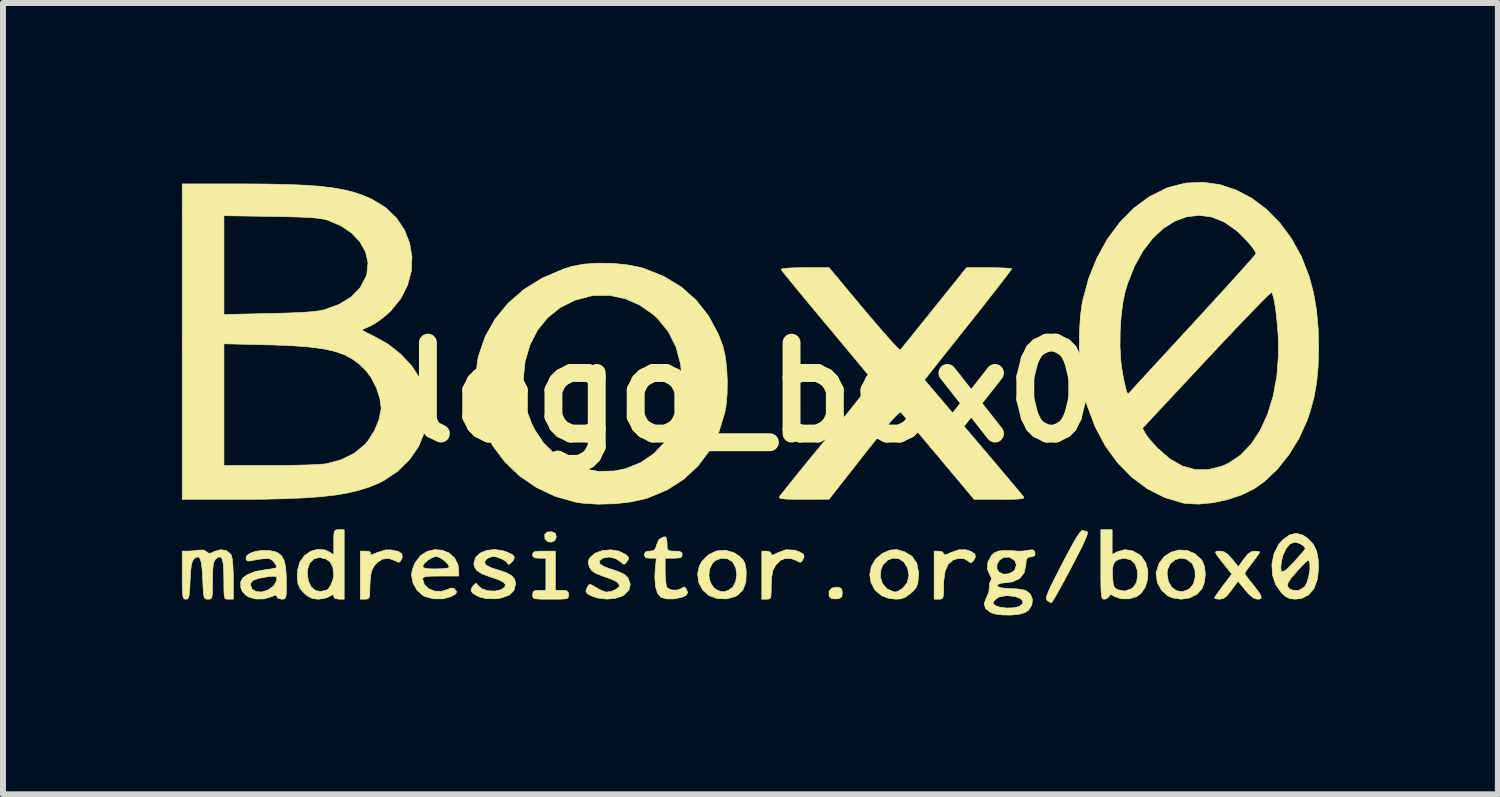
<source format=kicad_pcb>
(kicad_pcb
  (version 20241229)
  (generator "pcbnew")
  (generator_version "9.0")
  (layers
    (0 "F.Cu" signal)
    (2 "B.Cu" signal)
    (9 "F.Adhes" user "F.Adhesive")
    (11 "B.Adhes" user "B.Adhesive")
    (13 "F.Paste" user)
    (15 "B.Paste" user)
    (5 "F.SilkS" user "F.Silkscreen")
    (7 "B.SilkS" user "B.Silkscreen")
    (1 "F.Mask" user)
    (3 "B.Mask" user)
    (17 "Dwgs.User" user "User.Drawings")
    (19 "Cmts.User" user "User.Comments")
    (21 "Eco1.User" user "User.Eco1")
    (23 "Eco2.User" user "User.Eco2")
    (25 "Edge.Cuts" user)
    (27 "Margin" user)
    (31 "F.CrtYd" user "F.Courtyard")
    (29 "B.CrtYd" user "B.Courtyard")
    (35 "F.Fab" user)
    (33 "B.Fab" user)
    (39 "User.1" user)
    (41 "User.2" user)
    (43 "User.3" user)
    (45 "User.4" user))
  (footprint "logo_box0"
    (layer "F.Cu")
    (at 9.53 3.529)
    (property "Reference" "logo_box0" (at 0 0 0) (layer "F.SilkS") (effects (font (size 1.524 1.524) (thickness 0.3))))
    (attr through_hole)
    (fp_poly (pts (xy -3.27 2.361) (xy -3.254 2.42) (xy -3.278 2.481) (xy -3.334 2.509) (xy -3.396 2.503) (xy -3.442 2.457) (xy -3.445 2.449) (xy -3.448 2.377) (xy -3.4 2.338) (xy -3.329 2.336) (xy -3.27 2.361)) (stroke (width 0.01) (type solid)) (fill yes) (layer "F.SilkS"))
    (fp_poly (pts (xy 1.458 3.263) (xy 1.517 3.281) (xy 1.538 3.328) (xy 1.54 3.362) (xy 1.532 3.425) (xy 1.493 3.453) (xy 1.439 3.461) (xy 1.363 3.458) (xy 1.325 3.425) (xy 1.318 3.407) (xy 1.318 3.33) (xy 1.368 3.278) (xy 1.454 3.263) (xy 1.458 3.263)) (stroke (width 0.01) (type solid)) (fill yes) (layer "F.SilkS"))
    (fp_poly (pts (xy 0.742 2.644) (xy 0.826 2.675) (xy 0.888 2.711) (xy 0.901 2.748) (xy 0.884 2.793) (xy 0.853 2.843) (xy 0.818 2.844) (xy 0.782 2.823) (xy 0.684 2.785) (xy 0.578 2.785) (xy 0.503 2.816) (xy 0.426 2.891) (xy 0.378 2.981) (xy 0.354 3.102) (xy 0.349 3.234) (xy 0.348 3.35) (xy 0.343 3.42) (xy 0.328 3.454) (xy 0.301 3.465) (xy 0.27 3.466) (xy 0.191 3.466) (xy 0.191 2.66) (xy 0.27 2.66) (xy 0.334 2.675) (xy 0.349 2.704) (xy 0.359 2.728) (xy 0.396 2.719) (xy 0.452 2.689) (xy 0.597 2.636) (xy 0.742 2.644)) (stroke (width 0.01) (type solid)) (fill yes) (layer "F.SilkS"))
    (fp_poly (pts (xy 3.697 2.664) (xy 3.764 2.708) (xy 3.771 2.763) (xy 3.737 2.821) (xy 3.701 2.857) (xy 3.669 2.843) (xy 3.654 2.827) (xy 3.582 2.787) (xy 3.483 2.783) (xy 3.395 2.81) (xy 3.315 2.88) (xy 3.264 2.996) (xy 3.24 3.163) (xy 3.239 3.241) (xy 3.238 3.355) (xy 3.232 3.422) (xy 3.216 3.455) (xy 3.188 3.465) (xy 3.159 3.466) (xy 3.08 3.466) (xy 3.08 2.66) (xy 3.159 2.66) (xy 3.221 2.674) (xy 3.239 2.701) (xy 3.25 2.722) (xy 3.294 2.714) (xy 3.356 2.686) (xy 3.492 2.638) (xy 3.612 2.637) (xy 3.697 2.664)) (stroke (width 0.01) (type solid)) (fill yes) (layer "F.SilkS"))
    (fp_poly (pts (xy -6.023 2.64) (xy -5.904 2.665) (xy -5.843 2.706) (xy -5.837 2.767) (xy -5.848 2.795) (xy -5.879 2.844) (xy -5.915 2.843) (xy -5.949 2.823) (xy -6.06 2.782) (xy -6.172 2.795) (xy -6.263 2.856) (xy -6.317 2.924) (xy -6.352 2.998) (xy -6.37 3.093) (xy -6.378 3.228) (xy -6.379 3.265) (xy -6.382 3.372) (xy -6.39 3.432) (xy -6.409 3.459) (xy -6.445 3.466) (xy -6.461 3.466) (xy -6.54 3.466) (xy -6.54 2.66) (xy -6.446 2.66) (xy -6.38 2.668) (xy -6.367 2.696) (xy -6.369 2.702) (xy -6.367 2.723) (xy -6.324 2.713) (xy -6.265 2.686) (xy -6.118 2.64) (xy -6.023 2.64)) (stroke (width 0.01) (type solid)) (fill yes) (layer "F.SilkS"))
    (fp_poly (pts (xy -3.27 3.317) (xy -3.159 3.317) (xy -3.084 3.323) (xy -3.053 3.348) (xy -3.048 3.392) (xy -3.05 3.426) (xy -3.064 3.448) (xy -3.103 3.46) (xy -3.177 3.465) (xy -3.299 3.466) (xy -3.35 3.466) (xy -3.489 3.466) (xy -3.577 3.462) (xy -3.626 3.453) (xy -3.646 3.434) (xy -3.651 3.404) (xy -3.651 3.392) (xy -3.643 3.341) (xy -3.606 3.32) (xy -3.54 3.317) (xy -3.429 3.317) (xy -3.429 2.779) (xy -3.54 2.779) (xy -3.617 2.772) (xy -3.648 2.746) (xy -3.651 2.719) (xy -3.644 2.686) (xy -3.614 2.668) (xy -3.545 2.661) (xy -3.461 2.66) (xy -3.27 2.66) (xy -3.27 3.317)) (stroke (width 0.01) (type solid)) (fill yes) (layer "F.SilkS"))
    (fp_poly (pts (xy 5.626 2.329) (xy 5.638 2.331) (xy 5.651 2.344) (xy 5.645 2.385) (xy 5.617 2.459) (xy 5.565 2.571) (xy 5.487 2.726) (xy 5.382 2.928) (xy 5.358 2.973) (xy 5.27 3.139) (xy 5.19 3.285) (xy 5.124 3.403) (xy 5.075 3.485) (xy 5.049 3.524) (xy 5.047 3.526) (xy 5.01 3.51) (xy 4.978 3.489) (xy 4.963 3.472) (xy 4.96 3.443) (xy 4.972 3.397) (xy 5 3.326) (xy 5.048 3.223) (xy 5.119 3.081) (xy 5.216 2.894) (xy 5.226 2.873) (xy 5.331 2.674) (xy 5.412 2.525) (xy 5.474 2.419) (xy 5.52 2.352) (xy 5.553 2.318) (xy 5.575 2.313) (xy 5.626 2.329)) (stroke (width 0.01) (type solid)) (fill yes) (layer "F.SilkS"))
    (fp_poly (pts (xy 7.319 2.648) (xy 7.449 2.701) (xy 7.56 2.803) (xy 7.574 2.822) (xy 7.613 2.92) (xy 7.626 3.047) (xy 7.612 3.178) (xy 7.576 3.281) (xy 7.488 3.381) (xy 7.364 3.444) (xy 7.221 3.466) (xy 7.076 3.444) (xy 6.998 3.41) (xy 6.893 3.317) (xy 6.823 3.19) (xy 6.801 3.05) (xy 6.802 3.036) (xy 6.985 3.036) (xy 7.006 3.167) (xy 7.062 3.266) (xy 7.144 3.325) (xy 7.242 3.339) (xy 7.347 3.301) (xy 7.362 3.291) (xy 7.426 3.211) (xy 7.456 3.101) (xy 7.453 2.984) (xy 7.413 2.88) (xy 7.399 2.861) (xy 7.311 2.795) (xy 7.213 2.778) (xy 7.118 2.805) (xy 7.04 2.87) (xy 6.993 2.968) (xy 6.985 3.036) (xy 6.802 3.036) (xy 6.804 3.013) (xy 6.851 2.865) (xy 6.937 2.752) (xy 7.052 2.677) (xy 7.183 2.641) (xy 7.319 2.648)) (stroke (width 0.01) (type solid)) (fill yes) (layer "F.SilkS"))
    (fp_poly (pts (xy -0.278 2.685) (xy -0.184 2.746) (xy -0.125 2.804) (xy -0.092 2.865) (xy -0.075 2.954) (xy -0.07 3.009) (xy -0.076 3.181) (xy -0.126 3.311) (xy -0.219 3.402) (xy -0.253 3.421) (xy -0.399 3.461) (xy -0.556 3.455) (xy -0.692 3.406) (xy -0.8 3.312) (xy -0.866 3.186) (xy -0.881 3.075) (xy -0.696 3.075) (xy -0.671 3.187) (xy -0.612 3.276) (xy -0.56 3.312) (xy -0.491 3.339) (xy -0.438 3.34) (xy -0.372 3.319) (xy -0.296 3.263) (xy -0.247 3.17) (xy -0.229 3.057) (xy -0.244 2.944) (xy -0.295 2.847) (xy -0.305 2.835) (xy -0.391 2.786) (xy -0.494 2.781) (xy -0.591 2.82) (xy -0.633 2.858) (xy -0.685 2.959) (xy -0.696 3.075) (xy -0.881 3.075) (xy -0.886 3.046) (xy -0.856 2.907) (xy -0.817 2.836) (xy -0.704 2.721) (xy -0.568 2.657) (xy -0.423 2.644) (xy -0.278 2.685)) (stroke (width 0.01) (type solid)) (fill yes) (layer "F.SilkS"))
    (fp_poly (pts (xy 2.581 2.67) (xy 2.588 2.673) (xy 2.713 2.75) (xy 2.79 2.866) (xy 2.819 3.021) (xy 2.817 3.09) (xy 2.806 3.195) (xy 2.782 3.266) (xy 2.734 3.325) (xy 2.689 3.366) (xy 2.599 3.432) (xy 2.515 3.461) (xy 2.437 3.466) (xy 2.312 3.45) (xy 2.201 3.408) (xy 2.2 3.408) (xy 2.088 3.312) (xy 2.022 3.189) (xy 2.007 3.093) (xy 2.178 3.093) (xy 2.215 3.206) (xy 2.291 3.293) (xy 2.396 3.34) (xy 2.433 3.345) (xy 2.48 3.329) (xy 2.547 3.288) (xy 2.549 3.287) (xy 2.628 3.192) (xy 2.657 3.071) (xy 2.635 2.943) (xy 2.574 2.842) (xy 2.488 2.787) (xy 2.392 2.777) (xy 2.298 2.812) (xy 2.222 2.891) (xy 2.188 2.969) (xy 2.178 3.093) (xy 2.007 3.093) (xy 2.001 3.053) (xy 2.027 2.917) (xy 2.097 2.794) (xy 2.212 2.699) (xy 2.223 2.693) (xy 2.345 2.642) (xy 2.455 2.635) (xy 2.581 2.67)) (stroke (width 0.01) (type solid)) (fill yes) (layer "F.SilkS"))
    (fp_poly (pts (xy -1.408 2.447) (xy -1.398 2.513) (xy -1.397 2.54) (xy -1.394 2.617) (xy -1.373 2.651) (xy -1.315 2.659) (xy -1.27 2.66) (xy -1.187 2.665) (xy -1.15 2.685) (xy -1.143 2.719) (xy -1.152 2.757) (xy -1.191 2.774) (xy -1.276 2.779) (xy -1.286 2.779) (xy -1.429 2.779) (xy -1.429 3.012) (xy -1.424 3.143) (xy -1.41 3.238) (xy -1.391 3.281) (xy -1.321 3.311) (xy -1.232 3.313) (xy -1.156 3.287) (xy -1.148 3.28) (xy -1.109 3.259) (xy -1.079 3.287) (xy -1.051 3.354) (xy -1.077 3.401) (xy -1.148 3.434) (xy -1.279 3.461) (xy -1.405 3.461) (xy -1.499 3.435) (xy -1.555 3.371) (xy -1.59 3.259) (xy -1.602 3.105) (xy -1.597 2.986) (xy -1.578 2.779) (xy -1.678 2.779) (xy -1.75 2.771) (xy -1.776 2.739) (xy -1.778 2.719) (xy -1.762 2.675) (xy -1.705 2.66) (xy -1.686 2.66) (xy -1.622 2.651) (xy -1.589 2.613) (xy -1.574 2.558) (xy -1.534 2.465) (xy -1.46 2.423) (xy -1.426 2.42) (xy -1.408 2.447)) (stroke (width 0.01) (type solid)) (fill yes) (layer "F.SilkS"))
    (fp_poly (pts (xy 7.939 2.671) (xy 8.002 2.713) (xy 8.073 2.791) (xy 8.18 2.922) (xy 8.273 2.792) (xy 8.341 2.708) (xy 8.402 2.668) (xy 8.453 2.66) (xy 8.517 2.665) (xy 8.541 2.676) (xy 8.523 2.706) (xy 8.477 2.77) (xy 8.414 2.854) (xy 8.35 2.938) (xy 8.304 3.003) (xy 8.287 3.034) (xy 8.305 3.065) (xy 8.352 3.13) (xy 8.42 3.215) (xy 8.43 3.227) (xy 8.514 3.335) (xy 8.558 3.406) (xy 8.564 3.446) (xy 8.534 3.464) (xy 8.497 3.466) (xy 8.432 3.446) (xy 8.355 3.381) (xy 8.3 3.317) (xy 8.236 3.24) (xy 8.191 3.186) (xy 8.174 3.168) (xy 8.155 3.19) (xy 8.111 3.249) (xy 8.062 3.317) (xy 7.991 3.406) (xy 7.933 3.452) (xy 7.874 3.466) (xy 7.866 3.466) (xy 7.803 3.46) (xy 7.779 3.448) (xy 7.796 3.416) (xy 7.842 3.35) (xy 7.907 3.26) (xy 7.924 3.237) (xy 8.07 3.045) (xy 7.946 2.89) (xy 7.862 2.784) (xy 7.813 2.716) (xy 7.797 2.679) (xy 7.809 2.663) (xy 7.848 2.66) (xy 7.871 2.66) (xy 7.939 2.671)) (stroke (width 0.01) (type solid)) (fill yes) (layer "F.SilkS"))
    (fp_poly (pts (xy -6.81 2.301) (xy -6.81 3.466) (xy -6.898 3.466) (xy -6.968 3.452) (xy -6.985 3.42) (xy -6.991 3.39) (xy -7.019 3.397) (xy -7.056 3.42) (xy -7.135 3.451) (xy -7.235 3.466) (xy -7.249 3.466) (xy -7.343 3.455) (xy -7.423 3.413) (xy -7.48 3.365) (xy -7.548 3.289) (xy -7.585 3.206) (xy -7.596 3.1) (xy -7.593 3.029) (xy -7.429 3.029) (xy -7.412 3.159) (xy -7.363 3.259) (xy -7.292 3.321) (xy -7.206 3.336) (xy -7.181 3.33) (xy -7.123 3.318) (xy -7.11 3.317) (xy -7.073 3.291) (xy -7.034 3.227) (xy -7.001 3.146) (xy -6.986 3.067) (xy -6.985 3.057) (xy -7 2.927) (xy -7.048 2.84) (xy -7.114 2.793) (xy -7.225 2.765) (xy -7.319 2.791) (xy -7.389 2.863) (xy -7.426 2.974) (xy -7.429 3.029) (xy -7.593 3.029) (xy -7.59 2.974) (xy -7.553 2.842) (xy -7.477 2.736) (xy -7.373 2.663) (xy -7.253 2.629) (xy -7.131 2.64) (xy -7.056 2.676) (xy -6.985 2.723) (xy -6.985 2.512) (xy -6.984 2.402) (xy -6.978 2.339) (xy -6.96 2.31) (xy -6.927 2.301) (xy -6.898 2.301) (xy -6.81 2.301)) (stroke (width 0.01) (type solid)) (fill yes) (layer "F.SilkS"))
    (fp_poly (pts (xy -4.139 2.656) (xy -4.086 2.674) (xy -3.993 2.717) (xy -3.956 2.757) (xy -3.969 2.805) (xy -4 2.843) (xy -4.042 2.881) (xy -4.063 2.88) (xy -4.063 2.877) (xy -4.091 2.838) (xy -4.158 2.796) (xy -4.24 2.762) (xy -4.314 2.749) (xy -4.387 2.77) (xy -4.428 2.797) (xy -4.458 2.848) (xy -4.432 2.894) (xy -4.347 2.938) (xy -4.244 2.971) (xy -4.095 3.02) (xy -4 3.072) (xy -3.95 3.135) (xy -3.937 3.209) (xy -3.964 3.32) (xy -4.045 3.399) (xy -4.178 3.446) (xy -4.279 3.459) (xy -4.426 3.457) (xy -4.539 3.429) (xy -4.57 3.416) (xy -4.655 3.366) (xy -4.686 3.321) (xy -4.668 3.268) (xy -4.648 3.242) (xy -4.61 3.202) (xy -4.585 3.21) (xy -4.57 3.233) (xy -4.501 3.292) (xy -4.398 3.325) (xy -4.283 3.33) (xy -4.179 3.306) (xy -4.122 3.266) (xy -4.106 3.224) (xy -4.137 3.183) (xy -4.222 3.14) (xy -4.36 3.093) (xy -4.502 3.04) (xy -4.589 2.983) (xy -4.63 2.914) (xy -4.636 2.866) (xy -4.608 2.767) (xy -4.532 2.693) (xy -4.42 2.647) (xy -4.285 2.633) (xy -4.139 2.656)) (stroke (width 0.01) (type solid)) (fill yes) (layer "F.SilkS"))
    (fp_poly (pts (xy 6.064 2.717) (xy 6.153 2.669) (xy 6.273 2.636) (xy 6.403 2.654) (xy 6.524 2.721) (xy 6.556 2.749) (xy 6.629 2.858) (xy 6.663 2.99) (xy 6.66 3.13) (xy 6.621 3.261) (xy 6.549 3.368) (xy 6.474 3.423) (xy 6.348 3.46) (xy 6.216 3.46) (xy 6.107 3.422) (xy 6.103 3.42) (xy 6.05 3.39) (xy 6.024 3.397) (xy 6.013 3.42) (xy 5.969 3.459) (xy 5.934 3.466) (xy 5.913 3.463) (xy 5.898 3.449) (xy 5.887 3.415) (xy 5.88 3.355) (xy 5.876 3.26) (xy 5.874 3.123) (xy 5.874 2.961) (xy 6.07 2.961) (xy 6.07 3.079) (xy 6.071 3.081) (xy 6.079 3.187) (xy 6.094 3.251) (xy 6.123 3.287) (xy 6.16 3.308) (xy 6.271 3.33) (xy 6.38 3.294) (xy 6.418 3.267) (xy 6.471 3.189) (xy 6.492 3.084) (xy 6.484 2.972) (xy 6.447 2.874) (xy 6.383 2.81) (xy 6.38 2.808) (xy 6.273 2.78) (xy 6.171 2.798) (xy 6.115 2.835) (xy 6.084 2.886) (xy 6.07 2.961) (xy 5.874 2.961) (xy 5.874 2.935) (xy 5.874 2.884) (xy 5.874 2.301) (xy 6.064 2.301) (xy 6.064 2.717)) (stroke (width 0.01) (type solid)) (fill yes) (layer "F.SilkS"))
    (fp_poly (pts (xy -5.166 2.645) (xy -5.051 2.692) (xy -4.959 2.774) (xy -4.902 2.89) (xy -4.889 2.987) (xy -4.889 3.078) (xy -5.191 3.078) (xy -5.332 3.079) (xy -5.421 3.084) (xy -5.47 3.094) (xy -5.49 3.112) (xy -5.493 3.131) (xy -5.465 3.223) (xy -5.392 3.292) (xy -5.29 3.331) (xy -5.174 3.333) (xy -5.089 3.306) (xy -5.013 3.278) (xy -4.965 3.288) (xy -4.958 3.295) (xy -4.925 3.34) (xy -4.942 3.378) (xy -5.015 3.421) (xy -5.155 3.46) (xy -5.312 3.46) (xy -5.456 3.421) (xy -5.487 3.406) (xy -5.588 3.317) (xy -5.657 3.193) (xy -5.683 3.058) (xy -5.669 2.981) (xy -5.646 2.916) (xy -5.493 2.916) (xy -5.478 2.939) (xy -5.425 2.953) (xy -5.324 2.958) (xy -5.271 2.958) (xy -5.15 2.954) (xy -5.073 2.943) (xy -5.048 2.927) (xy -5.073 2.877) (xy -5.132 2.819) (xy -5.203 2.77) (xy -5.264 2.749) (xy -5.265 2.749) (xy -5.335 2.768) (xy -5.411 2.814) (xy -5.471 2.87) (xy -5.493 2.916) (xy -5.646 2.916) (xy -5.634 2.885) (xy -5.618 2.851) (xy -5.531 2.736) (xy -5.418 2.664) (xy -5.293 2.635) (xy -5.166 2.645)) (stroke (width 0.01) (type solid)) (fill yes) (layer "F.SilkS"))
    (fp_poly (pts (xy -2.205 2.66) (xy -2.092 2.716) (xy -2.045 2.759) (xy -2.045 2.797) (xy -2.069 2.834) (xy -2.107 2.878) (xy -2.137 2.875) (xy -2.173 2.841) (xy -2.263 2.783) (xy -2.371 2.759) (xy -2.47 2.776) (xy -2.475 2.778) (xy -2.532 2.824) (xy -2.526 2.871) (xy -2.458 2.917) (xy -2.389 2.944) (xy -2.255 2.989) (xy -2.167 3.023) (xy -2.112 3.051) (xy -2.076 3.082) (xy -2.048 3.118) (xy -2.014 3.215) (xy -2.037 3.312) (xy -2.116 3.394) (xy -2.139 3.409) (xy -2.261 3.451) (xy -2.41 3.464) (xy -2.562 3.446) (xy -2.659 3.414) (xy -2.735 3.372) (xy -2.759 3.331) (xy -2.739 3.272) (xy -2.73 3.256) (xy -2.707 3.223) (xy -2.677 3.22) (xy -2.624 3.248) (xy -2.583 3.273) (xy -2.498 3.319) (xy -2.427 3.345) (xy -2.41 3.347) (xy -2.327 3.333) (xy -2.251 3.3) (xy -2.203 3.257) (xy -2.197 3.233) (xy -2.213 3.199) (xy -2.251 3.168) (xy -2.322 3.134) (xy -2.44 3.091) (xy -2.481 3.077) (xy -2.594 3.032) (xy -2.662 2.985) (xy -2.699 2.928) (xy -2.721 2.854) (xy -2.705 2.794) (xy -2.687 2.766) (xy -2.601 2.693) (xy -2.48 2.65) (xy -2.341 2.638) (xy -2.205 2.66)) (stroke (width 0.01) (type solid)) (fill yes) (layer "F.SilkS"))
    (fp_poly (pts (xy -7.972 2.668) (xy -7.928 2.686) (xy -7.864 2.734) (xy -7.82 2.807) (xy -7.793 2.916) (xy -7.781 3.069) (xy -7.779 3.187) (xy -7.779 3.317) (xy -7.783 3.399) (xy -7.794 3.444) (xy -7.814 3.462) (xy -7.847 3.466) (xy -7.858 3.466) (xy -7.921 3.451) (xy -7.938 3.423) (xy -7.945 3.397) (xy -7.979 3.402) (xy -8.025 3.423) (xy -8.153 3.461) (xy -8.289 3.463) (xy -8.409 3.43) (xy -8.458 3.399) (xy -8.518 3.337) (xy -8.543 3.271) (xy -8.544 3.222) (xy -8.382 3.222) (xy -8.356 3.295) (xy -8.288 3.338) (xy -8.193 3.345) (xy -8.086 3.312) (xy -7.989 3.24) (xy -7.941 3.152) (xy -7.939 3.126) (xy -7.944 3.094) (xy -7.974 3.081) (xy -8.043 3.084) (xy -8.102 3.091) (xy -8.249 3.117) (xy -8.339 3.152) (xy -8.379 3.199) (xy -8.382 3.222) (xy -8.544 3.222) (xy -8.545 3.177) (xy -8.51 3.109) (xy -8.423 3.048) (xy -8.294 3) (xy -8.136 2.972) (xy -8.033 2.958) (xy -7.962 2.943) (xy -7.938 2.931) (xy -7.954 2.895) (xy -7.989 2.843) (xy -8.034 2.798) (xy -8.093 2.783) (xy -8.172 2.788) (xy -8.273 2.802) (xy -8.357 2.819) (xy -8.37 2.823) (xy -8.432 2.825) (xy -8.456 2.796) (xy -8.45 2.743) (xy -8.395 2.699) (xy -8.305 2.666) (xy -8.195 2.648) (xy -8.079 2.648) (xy -7.972 2.668)) (stroke (width 0.01) (type solid)) (fill yes) (layer "F.SilkS"))
    (fp_poly (pts (xy 9.26 2.391) (xy 9.336 2.441) (xy 9.432 2.539) (xy 9.492 2.658) (xy 9.52 2.811) (xy 9.525 2.929) (xy 9.506 3.128) (xy 9.45 3.283) (xy 9.36 3.393) (xy 9.237 3.454) (xy 9.133 3.466) (xy 9.041 3.456) (xy 8.967 3.418) (xy 8.904 3.362) (xy 8.823 3.247) (xy 9.003 3.247) (xy 9.033 3.288) (xy 9.088 3.314) (xy 9.187 3.321) (xy 9.277 3.269) (xy 9.296 3.25) (xy 9.332 3.182) (xy 9.361 3.08) (xy 9.379 2.969) (xy 9.379 2.877) (xy 9.377 2.865) (xy 9.367 2.829) (xy 9.351 2.816) (xy 9.321 2.833) (xy 9.268 2.884) (xy 9.184 2.974) (xy 9.169 2.991) (xy 9.069 3.106) (xy 9.014 3.189) (xy 9.003 3.247) (xy 8.823 3.247) (xy 8.805 3.222) (xy 8.751 3.056) (xy 8.745 2.939) (xy 8.891 2.939) (xy 8.898 2.998) (xy 8.93 3.007) (xy 8.989 2.967) (xy 9.079 2.877) (xy 9.112 2.842) (xy 9.195 2.749) (xy 9.26 2.674) (xy 9.297 2.628) (xy 9.303 2.618) (xy 9.276 2.576) (xy 9.214 2.535) (xy 9.143 2.511) (xy 9.125 2.51) (xy 9.049 2.538) (xy 8.981 2.615) (xy 8.928 2.728) (xy 8.903 2.83) (xy 8.891 2.939) (xy 8.745 2.939) (xy 8.742 2.878) (xy 8.777 2.704) (xy 8.856 2.548) (xy 8.922 2.473) (xy 9.038 2.388) (xy 9.149 2.361) (xy 9.26 2.391)) (stroke (width 0.01) (type solid)) (fill yes) (layer "F.SilkS"))
    (fp_poly (pts (xy -8.786 2.651) (xy -8.714 2.708) (xy -8.698 2.737) (xy -8.686 2.798) (xy -8.676 2.902) (xy -8.669 3.034) (xy -8.668 3.14) (xy -8.668 3.466) (xy -8.747 3.466) (xy -8.784 3.464) (xy -8.807 3.451) (xy -8.82 3.416) (xy -8.825 3.347) (xy -8.827 3.235) (xy -8.827 3.175) (xy -8.83 2.992) (xy -8.839 2.865) (xy -8.857 2.787) (xy -8.885 2.755) (xy -8.925 2.763) (xy -8.967 2.796) (xy -8.991 2.833) (xy -9.006 2.895) (xy -9.014 2.994) (xy -9.017 3.142) (xy -9.017 3.155) (xy -9.018 3.294) (xy -9.021 3.384) (xy -9.029 3.435) (xy -9.046 3.459) (xy -9.073 3.466) (xy -9.093 3.466) (xy -9.126 3.464) (xy -9.148 3.45) (xy -9.162 3.415) (xy -9.171 3.347) (xy -9.177 3.237) (xy -9.181 3.139) (xy -9.191 2.963) (xy -9.207 2.843) (xy -9.232 2.775) (xy -9.267 2.754) (xy -9.313 2.777) (xy -9.326 2.788) (xy -9.353 2.826) (xy -9.371 2.89) (xy -9.384 2.99) (xy -9.392 3.137) (xy -9.393 3.153) (xy -9.399 3.293) (xy -9.407 3.384) (xy -9.419 3.437) (xy -9.437 3.461) (xy -9.464 3.466) (xy -9.465 3.466) (xy -9.489 3.462) (xy -9.506 3.444) (xy -9.516 3.403) (xy -9.522 3.329) (xy -9.525 3.212) (xy -9.525 3.062) (xy -9.525 2.659) (xy -9.438 2.66) (xy -9.339 2.655) (xy -9.253 2.643) (xy -9.161 2.642) (xy -9.117 2.67) (xy -9.082 2.697) (xy -9.039 2.692) (xy -8.99 2.667) (xy -8.884 2.636) (xy -8.786 2.651)) (stroke (width 0.01) (type solid)) (fill yes) (layer "F.SilkS"))
    (fp_poly (pts (xy 4.76 2.657) (xy 4.77 2.685) (xy 4.77 2.732) (xy 4.724 2.752) (xy 4.704 2.755) (xy 4.651 2.767) (xy 4.626 2.8) (xy 4.618 2.871) (xy 4.618 2.892) (xy 4.589 3.024) (xy 4.512 3.12) (xy 4.393 3.175) (xy 4.323 3.184) (xy 4.202 3.198) (xy 4.141 3.222) (xy 4.137 3.249) (xy 4.189 3.272) (xy 4.296 3.286) (xy 4.35 3.287) (xy 4.468 3.293) (xy 4.571 3.308) (xy 4.619 3.322) (xy 4.695 3.383) (xy 4.728 3.469) (xy 4.718 3.563) (xy 4.666 3.646) (xy 4.605 3.69) (xy 4.504 3.719) (xy 4.369 3.732) (xy 4.224 3.73) (xy 4.096 3.713) (xy 4.026 3.689) (xy 3.942 3.622) (xy 3.918 3.538) (xy 3.927 3.516) (xy 4.069 3.516) (xy 4.072 3.544) (xy 4.11 3.574) (xy 4.189 3.602) (xy 4.3 3.614) (xy 4.416 3.61) (xy 4.506 3.587) (xy 4.511 3.585) (xy 4.566 3.539) (xy 4.566 3.492) (xy 4.518 3.451) (xy 4.429 3.42) (xy 4.307 3.407) (xy 4.289 3.407) (xy 4.17 3.427) (xy 4.109 3.469) (xy 4.069 3.516) (xy 3.927 3.516) (xy 3.956 3.443) (xy 3.956 3.442) (xy 3.996 3.352) (xy 4.005 3.268) (xy 4.009 3.196) (xy 4.03 3.154) (xy 4.03 3.154) (xy 4.043 3.118) (xy 4.017 3.069) (xy 3.973 2.962) (xy 3.973 2.955) (xy 4.131 2.955) (xy 4.166 3.012) (xy 4.242 3.047) (xy 4.333 3.04) (xy 4.412 2.997) (xy 4.431 2.975) (xy 4.459 2.891) (xy 4.431 2.817) (xy 4.352 2.767) (xy 4.332 2.761) (xy 4.245 2.765) (xy 4.176 2.81) (xy 4.134 2.879) (xy 4.131 2.955) (xy 3.973 2.955) (xy 3.981 2.844) (xy 4.039 2.736) (xy 4.045 2.729) (xy 4.097 2.684) (xy 4.163 2.658) (xy 4.256 2.648) (xy 4.39 2.652) (xy 4.493 2.661) (xy 4.569 2.658) (xy 4.655 2.645) (xy 4.726 2.637) (xy 4.76 2.657)) (stroke (width 0.01) (type solid)) (fill yes) (layer "F.SilkS"))
    (fp_poly (pts (xy -2.316 -2.164) (xy -2.068 -2.14) (xy -1.846 -2.097) (xy -1.794 -2.082) (xy -1.458 -1.949) (xy -1.163 -1.771) (xy -0.91 -1.548) (xy -0.701 -1.282) (xy -0.536 -0.974) (xy -0.461 -0.777) (xy -0.423 -0.614) (xy -0.398 -0.411) (xy -0.387 -0.189) (xy -0.391 0.034) (xy -0.41 0.237) (xy -0.427 0.328) (xy -0.528 0.663) (xy -0.678 0.964) (xy -0.875 1.228) (xy -1.114 1.452) (xy -1.394 1.632) (xy -1.711 1.766) (xy -1.76 1.781) (xy -2.001 1.835) (xy -2.275 1.866) (xy -2.557 1.873) (xy -2.82 1.856) (xy -2.934 1.838) (xy -3.273 1.742) (xy -3.588 1.593) (xy -3.872 1.398) (xy -4.119 1.161) (xy -4.324 0.888) (xy -4.48 0.584) (xy -4.509 0.508) (xy -4.555 0.333) (xy -4.585 0.12) (xy -4.599 -0.109) (xy -4.598 -0.166) (xy -3.81 -0.166) (xy -3.795 0.085) (xy -3.749 0.306) (xy -3.664 0.527) (xy -3.615 0.626) (xy -3.464 0.852) (xy -3.274 1.038) (xy -3.052 1.181) (xy -2.807 1.277) (xy -2.546 1.323) (xy -2.278 1.316) (xy -2.095 1.278) (xy -1.84 1.176) (xy -1.618 1.025) (xy -1.431 0.829) (xy -1.286 0.593) (xy -1.19 0.338) (xy -1.168 0.222) (xy -1.151 0.071) (xy -1.143 -0.094) (xy -1.143 -0.139) (xy -1.169 -0.466) (xy -1.246 -0.758) (xy -1.374 -1.016) (xy -1.554 -1.237) (xy -1.627 -1.305) (xy -1.852 -1.463) (xy -2.097 -1.571) (xy -2.355 -1.626) (xy -2.614 -1.626) (xy -2.672 -1.618) (xy -2.949 -1.543) (xy -3.192 -1.42) (xy -3.4 -1.253) (xy -3.569 -1.044) (xy -3.695 -0.799) (xy -3.777 -0.52) (xy -3.809 -0.213) (xy -3.81 -0.166) (xy -4.598 -0.166) (xy -4.596 -0.334) (xy -4.574 -0.535) (xy -4.558 -0.612) (xy -4.446 -0.937) (xy -4.279 -1.233) (xy -4.061 -1.497) (xy -3.796 -1.727) (xy -3.488 -1.918) (xy -3.139 -2.067) (xy -3 -2.111) (xy -2.803 -2.15) (xy -2.568 -2.167) (xy -2.316 -2.164)) (stroke (width 0.01) (type solid)) (fill yes) (layer "F.SilkS"))
    (fp_poly (pts (xy 4.149 -2.09) (xy 4.269 -2.086) (xy 4.351 -2.08) (xy 4.381 -2.073) (xy 4.381 -2.073) (xy 4.363 -2.046) (xy 4.311 -1.976) (xy 4.229 -1.869) (xy 4.121 -1.73) (xy 3.991 -1.564) (xy 3.844 -1.377) (xy 3.683 -1.174) (xy 3.65 -1.133) (xy 2.918 -0.211) (xy 3.739 0.754) (xy 3.916 0.962) (xy 4.082 1.157) (xy 4.23 1.333) (xy 4.359 1.486) (xy 4.462 1.609) (xy 4.537 1.698) (xy 4.577 1.747) (xy 4.583 1.756) (xy 4.58 1.771) (xy 4.541 1.782) (xy 4.46 1.789) (xy 4.329 1.792) (xy 4.18 1.793) (xy 3.752 1.793) (xy 3.157 1.083) (xy 3.006 0.904) (xy 2.867 0.739) (xy 2.745 0.594) (xy 2.645 0.475) (xy 2.572 0.389) (xy 2.531 0.342) (xy 2.525 0.336) (xy 2.507 0.335) (xy 2.472 0.36) (xy 2.417 0.415) (xy 2.339 0.503) (xy 2.236 0.627) (xy 2.102 0.793) (xy 1.936 1.002) (xy 1.903 1.044) (xy 1.318 1.79) (xy 0.894 1.792) (xy 0.72 1.791) (xy 0.6 1.788) (xy 0.527 1.781) (xy 0.492 1.77) (xy 0.485 1.754) (xy 0.487 1.751) (xy 0.509 1.719) (xy 0.567 1.645) (xy 0.655 1.534) (xy 0.769 1.393) (xy 0.905 1.225) (xy 1.06 1.036) (xy 1.227 0.832) (xy 1.284 0.763) (xy 1.481 0.524) (xy 1.642 0.328) (xy 1.769 0.169) (xy 1.868 0.045) (xy 1.94 -0.05) (xy 1.988 -0.121) (xy 2.017 -0.171) (xy 2.03 -0.205) (xy 2.029 -0.227) (xy 2.025 -0.235) (xy 1.996 -0.27) (xy 1.933 -0.346) (xy 1.84 -0.458) (xy 1.722 -0.6) (xy 1.583 -0.767) (xy 1.428 -0.953) (xy 1.261 -1.153) (xy 1.254 -1.161) (xy 1.088 -1.36) (xy 0.935 -1.544) (xy 0.799 -1.709) (xy 0.685 -1.848) (xy 0.596 -1.957) (xy 0.537 -2.031) (xy 0.514 -2.063) (xy 0.513 -2.063) (xy 0.539 -2.075) (xy 0.62 -2.084) (xy 0.748 -2.09) (xy 0.91 -2.092) (xy 1.318 -2.092) (xy 1.904 -1.39) (xy 2.052 -1.215) (xy 2.188 -1.057) (xy 2.306 -0.922) (xy 2.402 -0.816) (xy 2.47 -0.744) (xy 2.507 -0.712) (xy 2.511 -0.711) (xy 2.535 -0.739) (xy 2.592 -0.809) (xy 2.677 -0.914) (xy 2.785 -1.049) (xy 2.911 -1.206) (xy 3.051 -1.379) (xy 3.077 -1.412) (xy 3.623 -2.092) (xy 4.002 -2.092) (xy 4.149 -2.09)) (stroke (width 0.01) (type solid)) (fill yes) (layer "F.SilkS"))
    (fp_poly (pts (xy -8.533 -3.496) (xy -8.128 -3.494) (xy -7.781 -3.487) (xy -7.482 -3.475) (xy -7.227 -3.457) (xy -7.008 -3.431) (xy -6.818 -3.398) (xy -6.65 -3.357) (xy -6.498 -3.305) (xy -6.354 -3.244) (xy -6.344 -3.239) (xy -6.117 -3.1) (xy -5.935 -2.926) (xy -5.8 -2.725) (xy -5.713 -2.504) (xy -5.674 -2.271) (xy -5.685 -2.034) (xy -5.747 -1.8) (xy -5.859 -1.576) (xy -6.025 -1.371) (xy -6.096 -1.305) (xy -6.201 -1.221) (xy -6.305 -1.15) (xy -6.387 -1.105) (xy -6.397 -1.102) (xy -6.469 -1.073) (xy -6.506 -1.051) (xy -6.507 -1.047) (xy -6.48 -1.027) (xy -6.411 -0.99) (xy -6.325 -0.949) (xy -6.081 -0.814) (xy -5.863 -0.643) (xy -5.679 -0.446) (xy -5.541 -0.234) (xy -5.476 -0.079) (xy -5.445 0.064) (xy -5.43 0.241) (xy -5.43 0.424) (xy -5.446 0.589) (xy -5.463 0.664) (xy -5.562 0.904) (xy -5.715 1.127) (xy -5.913 1.321) (xy -6.146 1.477) (xy -6.239 1.524) (xy -6.395 1.587) (xy -6.562 1.64) (xy -6.747 1.684) (xy -6.956 1.72) (xy -7.196 1.747) (xy -7.473 1.767) (xy -7.793 1.781) (xy -8.162 1.79) (xy -8.587 1.793) (xy -8.66 1.793) (xy -9.525 1.793) (xy -9.525 1.225) (xy -8.826 1.225) (xy -8.053 1.225) (xy -7.827 1.224) (xy -7.612 1.22) (xy -7.42 1.215) (xy -7.262 1.208) (xy -7.149 1.2) (xy -7.108 1.195) (xy -6.856 1.127) (xy -6.638 1.018) (xy -6.464 0.874) (xy -6.413 0.815) (xy -6.303 0.64) (xy -6.227 0.457) (xy -6.192 0.285) (xy -6.191 0.252) (xy -6.213 0.096) (xy -6.27 -0.077) (xy -6.354 -0.242) (xy -6.448 -0.37) (xy -6.559 -0.477) (xy -6.679 -0.564) (xy -6.813 -0.635) (xy -6.972 -0.689) (xy -7.16 -0.731) (xy -7.388 -0.761) (xy -7.661 -0.782) (xy -7.988 -0.796) (xy -8.088 -0.798) (xy -8.826 -0.816) (xy -8.826 1.225) (xy -9.525 1.225) (xy -9.525 -1.307) (xy -8.826 -1.307) (xy -8.072 -1.323) (xy -7.782 -1.331) (xy -7.551 -1.34) (xy -7.372 -1.352) (xy -7.24 -1.367) (xy -7.151 -1.384) (xy -6.897 -1.476) (xy -6.694 -1.6) (xy -6.543 -1.756) (xy -6.445 -1.941) (xy -6.43 -1.991) (xy -6.411 -2.175) (xy -6.451 -2.354) (xy -6.544 -2.522) (xy -6.685 -2.672) (xy -6.869 -2.796) (xy -7.091 -2.889) (xy -7.091 -2.889) (xy -7.158 -2.906) (xy -7.242 -2.919) (xy -7.353 -2.93) (xy -7.497 -2.938) (xy -7.684 -2.944) (xy -7.923 -2.949) (xy -8.041 -2.951) (xy -8.826 -2.963) (xy -8.826 -1.307) (xy -9.525 -1.307) (xy -9.525 -3.496) (xy -8.533 -3.496)) (stroke (width 0.01) (type solid)) (fill yes) (layer "F.SilkS"))
    (fp_poly (pts (xy 7.866 -3.485) (xy 8.14 -3.395) (xy 8.402 -3.257) (xy 8.647 -3.074) (xy 8.87 -2.849) (xy 9.067 -2.585) (xy 9.233 -2.285) (xy 9.364 -1.952) (xy 9.367 -1.942) (xy 9.441 -1.666) (xy 9.49 -1.379) (xy 9.518 -1.065) (xy 9.525 -0.758) (xy 9.517 -0.44) (xy 9.492 -0.164) (xy 9.447 0.089) (xy 9.379 0.333) (xy 9.333 0.467) (xy 9.2 0.763) (xy 9.031 1.039) (xy 8.835 1.286) (xy 8.619 1.491) (xy 8.445 1.614) (xy 8.238 1.716) (xy 8.001 1.796) (xy 7.753 1.849) (xy 7.512 1.872) (xy 7.297 1.861) (xy 7.255 1.854) (xy 6.945 1.762) (xy 6.656 1.616) (xy 6.392 1.42) (xy 6.155 1.178) (xy 5.949 0.895) (xy 5.792 0.6) (xy 6.572 0.6) (xy 6.619 0.685) (xy 6.663 0.749) (xy 6.737 0.838) (xy 6.823 0.932) (xy 6.826 0.935) (xy 7.031 1.114) (xy 7.242 1.234) (xy 7.458 1.294) (xy 7.679 1.294) (xy 7.906 1.235) (xy 8.011 1.188) (xy 8.214 1.053) (xy 8.393 0.867) (xy 8.546 0.636) (xy 8.67 0.365) (xy 8.764 0.059) (xy 8.826 -0.278) (xy 8.853 -0.638) (xy 8.848 -0.939) (xy 8.834 -1.131) (xy 8.816 -1.309) (xy 8.795 -1.463) (xy 8.772 -1.582) (xy 8.749 -1.658) (xy 8.737 -1.677) (xy 8.712 -1.659) (xy 8.65 -1.6) (xy 8.554 -1.504) (xy 8.429 -1.376) (xy 8.277 -1.219) (xy 8.104 -1.037) (xy 7.914 -0.836) (xy 7.709 -0.618) (xy 7.644 -0.548) (xy 6.572 0.6) (xy 5.792 0.6) (xy 5.778 0.573) (xy 5.644 0.216) (xy 5.568 -0.08) (xy 5.539 -0.275) (xy 5.521 -0.509) (xy 5.513 -0.765) (xy 5.513 -0.766) (xy 6.196 -0.766) (xy 6.209 -0.536) (xy 6.219 -0.448) (xy 6.241 -0.308) (xy 6.266 -0.18) (xy 6.291 -0.073) (xy 6.313 -0.001) (xy 6.33 0.026) (xy 6.332 0.025) (xy 6.354 0.001) (xy 6.414 -0.063) (xy 6.507 -0.165) (xy 6.63 -0.299) (xy 6.779 -0.461) (xy 6.95 -0.646) (xy 7.139 -0.851) (xy 7.342 -1.072) (xy 7.409 -1.144) (xy 7.616 -1.369) (xy 7.809 -1.581) (xy 7.986 -1.774) (xy 8.141 -1.946) (xy 8.272 -2.091) (xy 8.374 -2.205) (xy 8.443 -2.284) (xy 8.475 -2.324) (xy 8.477 -2.328) (xy 8.456 -2.375) (xy 8.401 -2.45) (xy 8.322 -2.542) (xy 8.23 -2.637) (xy 8.147 -2.714) (xy 7.945 -2.856) (xy 7.737 -2.94) (xy 7.527 -2.969) (xy 7.319 -2.946) (xy 7.116 -2.873) (xy 6.923 -2.751) (xy 6.743 -2.583) (xy 6.58 -2.371) (xy 6.439 -2.118) (xy 6.323 -1.824) (xy 6.282 -1.69) (xy 6.242 -1.498) (xy 6.214 -1.266) (xy 6.198 -1.015) (xy 6.196 -0.766) (xy 5.513 -0.766) (xy 5.517 -1.023) (xy 5.531 -1.265) (xy 5.557 -1.473) (xy 5.567 -1.526) (xy 5.668 -1.903) (xy 5.808 -2.252) (xy 5.984 -2.57) (xy 6.192 -2.851) (xy 6.428 -3.09) (xy 6.688 -3.282) (xy 6.969 -3.422) (xy 7.013 -3.439) (xy 7.297 -3.51) (xy 7.583 -3.524) (xy 7.866 -3.485)) (stroke (width 0.01) (type solid)) (fill yes) (layer "F.SilkS")))
  (gr_rect
    (start -3 -3)
    (end 22.06 10.266)
    (stroke (width 0.1) (type default))
    (fill no)
    (layer "Edge.Cuts")))
</source>
